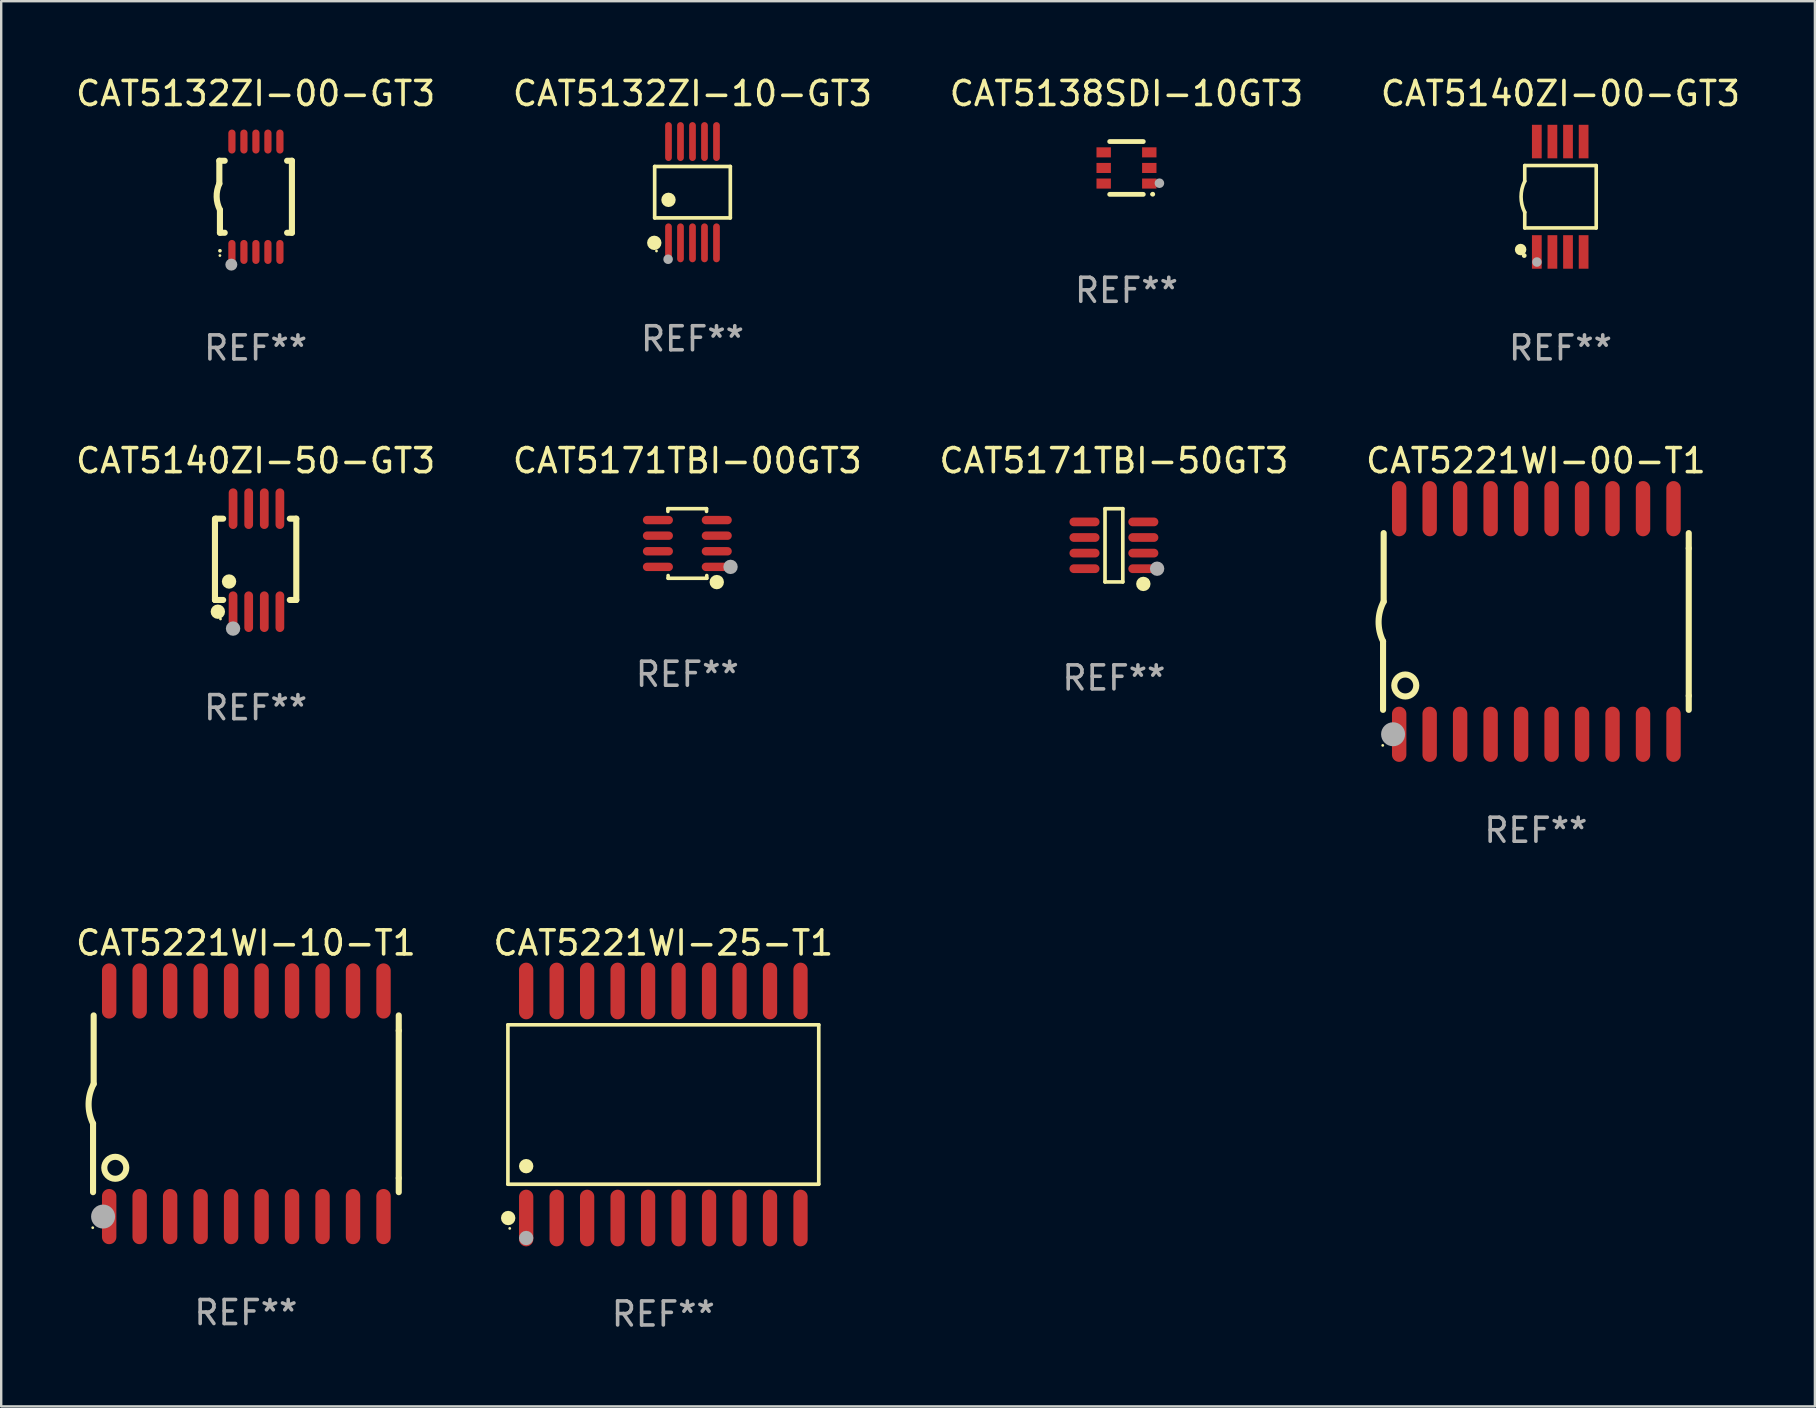
<source format=kicad_pcb>
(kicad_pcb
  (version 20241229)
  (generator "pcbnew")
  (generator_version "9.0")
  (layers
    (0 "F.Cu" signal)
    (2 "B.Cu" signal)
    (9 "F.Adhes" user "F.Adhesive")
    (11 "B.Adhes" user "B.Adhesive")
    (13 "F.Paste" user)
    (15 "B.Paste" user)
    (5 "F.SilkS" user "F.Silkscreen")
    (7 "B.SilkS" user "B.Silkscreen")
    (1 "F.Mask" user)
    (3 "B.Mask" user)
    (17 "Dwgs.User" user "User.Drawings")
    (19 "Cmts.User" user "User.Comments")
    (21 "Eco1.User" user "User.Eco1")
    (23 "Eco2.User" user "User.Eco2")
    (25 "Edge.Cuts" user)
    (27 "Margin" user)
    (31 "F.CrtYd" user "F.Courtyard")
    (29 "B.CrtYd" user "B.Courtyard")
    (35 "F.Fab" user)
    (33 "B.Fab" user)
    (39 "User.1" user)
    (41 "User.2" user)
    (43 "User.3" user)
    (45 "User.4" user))
  (footprint "CAT5140ZI-00-GT3"
    (layer "F.Cu")
    (at 61.97 5.148)
    (property "Reference" "CAT5140ZI-00-GT3" (at 0 -4.3 0) (layer "F.SilkS") (effects (font (size 1 1) (thickness 0.15))))
    (attr through_hole)
    (fp_line (start -1.489 -1.3) (end -1.489 -0.648) (stroke (width 0.15) (type solid)) (layer "F.SilkS"))
    (fp_line (start -1.489 0.648) (end -1.489 1.3) (stroke (width 0.15) (type solid)) (layer "F.SilkS"))
    (fp_line (start -1.489 1.3) (end 1.489 1.3) (stroke (width 0.15) (type solid)) (layer "F.SilkS"))
    (fp_line (start 1.489 -1.3) (end -1.489 -1.3) (stroke (width 0.15) (type solid)) (layer "F.SilkS"))
    (fp_line (start 1.489 1.3) (end 1.489 -1.3) (stroke (width 0.15) (type solid)) (layer "F.SilkS"))
    (fp_arc (start -1.489205 0.647702) (mid -1.642107 0) (end -1.489205 -0.647701) (stroke (width 0.150013) (type solid)) (layer "F.SilkS"))
    (fp_circle (center -1.661 2.2) (end -1.541 2.2) (stroke (width 0.24) (type solid)) (fill no) (layer "F.SilkS"))
    (fp_circle (center -1.511 2.45) (end -1.461 2.45) (stroke (width 0.1) (type solid)) (fill no) (layer "F.SilkS"))
    (fp_circle (center -0.981 2.72) (end -0.881 2.72) (stroke (width 0.2) (type solid)) (fill no) (layer "F.Fab"))
    (fp_text user "REF**" (at 0 6.3 0) (layer "F.Fab") (effects (font (size 1 1) (thickness 0.15))))
    (pad "1" smd rect (at -0.986 2.3) (size 0.406 1.397) (layers "F.Cu" "F.Mask" "F.Paste"))
    (pad "2" smd rect (at -0.336 2.3) (size 0.406 1.397) (layers "F.Cu" "F.Mask" "F.Paste"))
    (pad "3" smd rect (at 0.314 2.3) (size 0.406 1.397) (layers "F.Cu" "F.Mask" "F.Paste"))
    (pad "4" smd rect (at 0.964 2.3) (size 0.406 1.397) (layers "F.Cu" "F.Mask" "F.Paste"))
    (pad "5" smd rect (at 0.964 -2.3) (size 0.406 1.397) (layers "F.Cu" "F.Mask" "F.Paste"))
    (pad "6" smd rect (at 0.314 -2.3) (size 0.406 1.397) (layers "F.Cu" "F.Mask" "F.Paste"))
    (pad "7" smd rect (at -0.336 -2.3) (size 0.406 1.397) (layers "F.Cu" "F.Mask" "F.Paste"))
    (pad "8" smd rect (at -0.986 -2.3) (size 0.406 1.397) (layers "F.Cu" "F.Mask" "F.Paste")))
  (footprint "CAT5221WI-00-T1"
    (layer "F.Cu")
    (at 60.946 22.845)
    (property "Reference" "CAT5221WI-00-T1" (at 0 -6.7 0) (layer "F.SilkS") (effects (font (size 1 1) (thickness 0.15))))
    (attr through_hole)
    (fp_line (start -6.369 0.826) (end -6.369 3.683) (stroke (width 0.254) (type solid)) (layer "F.SilkS"))
    (fp_line (start -6.343 -0.825) (end -6.343 -3.683) (stroke (width 0.254) (type solid)) (layer "F.SilkS"))
    (fp_line (start 6.369 -3.048) (end 6.369 -3.683) (stroke (width 0.254) (type solid)) (layer "F.SilkS"))
    (fp_line (start 6.369 -3.048) (end 6.369 3.096) (stroke (width 0.254) (type solid)) (layer "F.SilkS"))
    (fp_line (start 6.369 3.096) (end 6.369 3.683) (stroke (width 0.254) (type solid)) (layer "F.SilkS"))
    (fp_arc (start -6.36853 0.825552) (mid -6.554743 -0.00301) (end -6.343129 -0.825451) (stroke (width 0.254001) (type solid)) (layer "F.SilkS"))
    (fp_circle (center -6.382 5.163) (end -6.352 5.163) (stroke (width 0.06) (type solid)) (fill no) (layer "F.SilkS"))
    (fp_circle (center -5.443 2.667) (end -4.985 2.667) (stroke (width 0.254) (type solid)) (fill no) (layer "F.SilkS"))
    (fp_circle (center -5.951 4.699) (end -5.701 4.699) (stroke (width 0.5) (type solid)) (fill no) (layer "F.Fab"))
    (fp_text user "REF**" (at 0 8.7 0) (layer "F.Fab") (effects (font (size 1 1) (thickness 0.15))))
    (pad "1" smd oval (at -5.697 4.7 180) (size 0.6 2.3) (layers "F.Cu" "F.Mask" "F.Paste"))
    (pad "2" smd oval (at -4.427 4.7 180) (size 0.6 2.3) (layers "F.Cu" "F.Mask" "F.Paste"))
    (pad "3" smd oval (at -3.157 4.7 180) (size 0.6 2.3) (layers "F.Cu" "F.Mask" "F.Paste"))
    (pad "4" smd oval (at -1.887 4.7 180) (size 0.6 2.3) (layers "F.Cu" "F.Mask" "F.Paste"))
    (pad "5" smd oval (at -0.617 4.7 180) (size 0.6 2.3) (layers "F.Cu" "F.Mask" "F.Paste"))
    (pad "6" smd oval (at 0.653 4.7 180) (size 0.6 2.3) (layers "F.Cu" "F.Mask" "F.Paste"))
    (pad "7" smd oval (at 1.923 4.7 180) (size 0.6 2.3) (layers "F.Cu" "F.Mask" "F.Paste"))
    (pad "8" smd oval (at 3.193 4.7 180) (size 0.6 2.3) (layers "F.Cu" "F.Mask" "F.Paste"))
    (pad "9" smd oval (at 4.463 4.7 180) (size 0.6 2.3) (layers "F.Cu" "F.Mask" "F.Paste"))
    (pad "10" smd oval (at 5.734 4.7 180) (size 0.6 2.3) (layers "F.Cu" "F.Mask" "F.Paste"))
    (pad "11" smd oval (at 5.734 -4.7 180) (size 0.6 2.3) (layers "F.Cu" "F.Mask" "F.Paste"))
    (pad "12" smd oval (at 4.463 -4.7 180) (size 0.6 2.3) (layers "F.Cu" "F.Mask" "F.Paste"))
    (pad "13" smd oval (at 3.193 -4.7 180) (size 0.6 2.3) (layers "F.Cu" "F.Mask" "F.Paste"))
    (pad "14" smd oval (at 1.923 -4.7 180) (size 0.6 2.3) (layers "F.Cu" "F.Mask" "F.Paste"))
    (pad "15" smd oval (at 0.653 -4.7 180) (size 0.6 2.3) (layers "F.Cu" "F.Mask" "F.Paste"))
    (pad "16" smd oval (at -0.617 -4.7 180) (size 0.6 2.3) (layers "F.Cu" "F.Mask" "F.Paste"))
    (pad "17" smd oval (at -1.887 -4.7 180) (size 0.6 2.3) (layers "F.Cu" "F.Mask" "F.Paste"))
    (pad "18" smd oval (at -3.157 -4.7 180) (size 0.6 2.3) (layers "F.Cu" "F.Mask" "F.Paste"))
    (pad "19" smd oval (at -4.427 -4.7 180) (size 0.6 2.3) (layers "F.Cu" "F.Mask" "F.Paste"))
    (pad "20" smd oval (at -5.697 -4.7 180) (size 0.6 2.3) (layers "F.Cu" "F.Mask" "F.Paste")))
  (footprint "CAT5140ZI-50-GT3"
    (layer "F.Cu")
    (at 7.601 20.291)
    (property "Reference" "CAT5140ZI-50-GT3" (at 0 -4.146 0) (layer "F.SilkS") (effects (font (size 1 1) (thickness 0.15))))
    (attr through_hole)
    (fp_line (start -1.694 -1.724) (end -1.694 1.652) (stroke (width 0.254) (type solid)) (layer "F.SilkS"))
    (fp_line (start -1.694 1.652) (end -1.688 1.658) (stroke (width 0.254) (type solid)) (layer "F.SilkS"))
    (fp_line (start -1.688 1.658) (end -1.353 1.658) (stroke (width 0.254) (type solid)) (layer "F.SilkS"))
    (fp_line (start -1.661 -1.73) (end -1.681 -1.71) (stroke (width 0.254) (type solid)) (layer "F.SilkS"))
    (fp_line (start -1.353 -1.73) (end -1.661 -1.73) (stroke (width 0.254) (type solid)) (layer "F.SilkS"))
    (fp_line (start 1.424 1.658) (end 1.694 1.658) (stroke (width 0.254) (type solid)) (layer "F.SilkS"))
    (fp_line (start 1.694 -1.73) (end 1.424 -1.73) (stroke (width 0.254) (type solid)) (layer "F.SilkS"))
    (fp_line (start 1.694 1.658) (end 1.694 -1.73) (stroke (width 0.254) (type solid)) (layer "F.SilkS"))
    (fp_circle (center -1.574 2.146) (end -1.424 2.146) (stroke (width 0.3) (type solid)) (fill no) (layer "F.SilkS"))
    (fp_circle (center -1.464 2.45) (end -1.434 2.45) (stroke (width 0.06) (type solid)) (fill no) (layer "F.SilkS"))
    (fp_circle (center -1.107 0.889) (end -0.957 0.889) (stroke (width 0.3) (type solid)) (fill no) (layer "F.SilkS"))
    (fp_circle (center -0.94 2.85) (end -0.789 2.85) (stroke (width 0.3) (type solid)) (fill no) (layer "F.Fab"))
    (fp_text user "REF**" (at 0 6.146 0) (layer "F.Fab") (effects (font (size 1 1) (thickness 0.15))))
    (pad "1" smd oval (at -0.94 2.146) (size 0.364 1.692) (layers "F.Cu" "F.Mask" "F.Paste"))
    (pad "2" smd oval (at -0.289 2.146) (size 0.364 1.692) (layers "F.Cu" "F.Mask" "F.Paste"))
    (pad "3" smd oval (at 0.361 2.146) (size 0.364 1.692) (layers "F.Cu" "F.Mask" "F.Paste"))
    (pad "4" smd oval (at 1.011 2.146) (size 0.364 1.692) (layers "F.Cu" "F.Mask" "F.Paste"))
    (pad "5" smd oval (at 1.011 -2.146) (size 0.364 1.692) (layers "F.Cu" "F.Mask" "F.Paste"))
    (pad "6" smd oval (at 0.361 -2.146) (size 0.364 1.692) (layers "F.Cu" "F.Mask" "F.Paste"))
    (pad "7" smd oval (at -0.289 -2.146) (size 0.364 1.692) (layers "F.Cu" "F.Mask" "F.Paste"))
    (pad "8" smd oval (at -0.94 -2.146) (size 0.364 1.692) (layers "F.Cu" "F.Mask" "F.Paste")))
  (footprint "CAT5132ZI-10-GT3"
    (layer "F.Cu")
    (at 25.804 4.958)
    (property "Reference" "CAT5132ZI-10-GT3" (at 0 -4.11 0) (layer "F.SilkS") (effects (font (size 1 1) (thickness 0.15))))
    (attr through_hole)
    (fp_line (start -1.576 -1.071) (end 1.576 -1.071) (stroke (width 0.152) (type solid)) (layer "F.SilkS"))
    (fp_line (start -1.576 1.071) (end -1.576 -1.071) (stroke (width 0.152) (type solid)) (layer "F.SilkS"))
    (fp_line (start 1.576 -1.071) (end 1.576 1.071) (stroke (width 0.152) (type solid)) (layer "F.SilkS"))
    (fp_line (start 1.576 1.071) (end -1.576 1.071) (stroke (width 0.152) (type solid)) (layer "F.SilkS"))
    (fp_circle (center -1.592 2.11) (end -1.442 2.11) (stroke (width 0.3) (type solid)) (fill no) (layer "F.SilkS"))
    (fp_circle (center -1.5 2.45) (end -1.47 2.45) (stroke (width 0.06) (type solid)) (fill no) (layer "F.SilkS"))
    (fp_circle (center -1 0.319) (end -0.85 0.319) (stroke (width 0.3) (type solid)) (fill no) (layer "F.SilkS"))
    (fp_circle (center -1.016 2.794) (end -0.916 2.794) (stroke (width 0.2) (type solid)) (fill no) (layer "F.Fab"))
    (fp_text user "REF**" (at 0 6.11 0) (layer "F.Fab") (effects (font (size 1 1) (thickness 0.15))))
    (pad "1" smd oval (at -1 2.11) (size 0.28 1.62) (layers "F.Cu" "F.Mask" "F.Paste"))
    (pad "2" smd oval (at -0.5 2.11) (size 0.28 1.62) (layers "F.Cu" "F.Mask" "F.Paste"))
    (pad "3" smd oval (at 0 2.11) (size 0.28 1.62) (layers "F.Cu" "F.Mask" "F.Paste"))
    (pad "4" smd oval (at 0.5 2.11) (size 0.28 1.62) (layers "F.Cu" "F.Mask" "F.Paste"))
    (pad "5" smd oval (at 1 2.11) (size 0.28 1.62) (layers "F.Cu" "F.Mask" "F.Paste"))
    (pad "6" smd oval (at 1 -2.11) (size 0.28 1.62) (layers "F.Cu" "F.Mask" "F.Paste"))
    (pad "7" smd oval (at 0.5 -2.11) (size 0.28 1.62) (layers "F.Cu" "F.Mask" "F.Paste"))
    (pad "8" smd oval (at 0 -2.11) (size 0.28 1.62) (layers "F.Cu" "F.Mask" "F.Paste"))
    (pad "9" smd oval (at -0.5 -2.11) (size 0.28 1.62) (layers "F.Cu" "F.Mask" "F.Paste"))
    (pad "10" smd oval (at -1 -2.11) (size 0.28 1.62) (layers "F.Cu" "F.Mask" "F.Paste")))
  (footprint "CAT5171TBI-50GT3"
    (layer "F.Cu")
    (at 43.363 19.671)
    (property "Reference" "CAT5171TBI-50GT3" (at 0 -3.526 0) (layer "F.SilkS") (effects (font (size 1 1) (thickness 0.15))))
    (attr through_hole)
    (fp_line (start -0.371 -1.526) (end 0.371 -1.526) (stroke (width 0.152) (type solid)) (layer "F.SilkS"))
    (fp_line (start -0.371 1.526) (end -0.371 -1.526) (stroke (width 0.152) (type solid)) (layer "F.SilkS"))
    (fp_line (start 0.371 -1.526) (end 0.371 1.526) (stroke (width 0.152) (type solid)) (layer "F.SilkS"))
    (fp_line (start 0.371 1.526) (end -0.371 1.526) (stroke (width 0.152) (type solid)) (layer "F.SilkS"))
    (fp_circle (center 1.226 1.609) (end 1.376 1.609) (stroke (width 0.3) (type solid)) (fill no) (layer "F.SilkS"))
    (fp_circle (center 1.4 1.45) (end 1.43 1.45) (stroke (width 0.06) (type solid)) (fill no) (layer "F.SilkS"))
    (fp_circle (center 1.8 0.975) (end 1.95 0.975) (stroke (width 0.3) (type solid)) (fill no) (layer "F.Fab"))
    (fp_text user "REF**" (at 0 5.526 0) (layer "F.Fab") (effects (font (size 1 1) (thickness 0.15))))
    (pad "1" smd oval (at 1.226 0.975) (size 1.252 0.364) (layers "F.Cu" "F.Mask" "F.Paste"))
    (pad "2" smd oval (at 1.226 0.325) (size 1.252 0.364) (layers "F.Cu" "F.Mask" "F.Paste"))
    (pad "3" smd oval (at 1.226 -0.325) (size 1.252 0.364) (layers "F.Cu" "F.Mask" "F.Paste"))
    (pad "4" smd oval (at 1.226 -0.975) (size 1.252 0.364) (layers "F.Cu" "F.Mask" "F.Paste"))
    (pad "5" smd oval (at -1.226 -0.975) (size 1.252 0.364) (layers "F.Cu" "F.Mask" "F.Paste"))
    (pad "6" smd oval (at -1.226 -0.325) (size 1.252 0.364) (layers "F.Cu" "F.Mask" "F.Paste"))
    (pad "7" smd oval (at -1.226 0.325) (size 1.252 0.364) (layers "F.Cu" "F.Mask" "F.Paste"))
    (pad "8" smd oval (at -1.226 0.975) (size 1.252 0.364) (layers "F.Cu" "F.Mask" "F.Paste")))
  (footprint "CAT5221WI-25-T1"
    (layer "F.Cu")
    (at 24.589 42.971)
    (property "Reference" "CAT5221WI-25-T1" (at 0 -6.73 0) (layer "F.SilkS") (effects (font (size 1 1) (thickness 0.15))))
    (attr through_hole)
    (fp_line (start -6.476 -3.321) (end 6.476 -3.321) (stroke (width 0.152) (type solid)) (layer "F.SilkS"))
    (fp_line (start -6.476 3.321) (end -6.476 -3.321) (stroke (width 0.152) (type solid)) (layer "F.SilkS"))
    (fp_line (start 6.476 -3.321) (end 6.476 3.321) (stroke (width 0.152) (type solid)) (layer "F.SilkS"))
    (fp_line (start 6.476 3.321) (end -6.476 3.321) (stroke (width 0.152) (type solid)) (layer "F.SilkS"))
    (fp_circle (center -6.465 4.73) (end -6.315 4.73) (stroke (width 0.3) (type solid)) (fill no) (layer "F.SilkS"))
    (fp_circle (center -6.4 5.163) (end -6.37 5.163) (stroke (width 0.06) (type solid)) (fill no) (layer "F.SilkS"))
    (fp_circle (center -5.715 2.569) (end -5.565 2.569) (stroke (width 0.3) (type solid)) (fill no) (layer "F.SilkS"))
    (fp_circle (center -5.715 5.563) (end -5.565 5.563) (stroke (width 0.3) (type solid)) (fill no) (layer "F.Fab"))
    (fp_text user "REF**" (at 0 8.73 0) (layer "F.Fab") (effects (font (size 1 1) (thickness 0.15))))
    (pad "1" smd oval (at -5.715 4.73) (size 0.595 2.36) (layers "F.Cu" "F.Mask" "F.Paste"))
    (pad "2" smd oval (at -4.445 4.73) (size 0.595 2.36) (layers "F.Cu" "F.Mask" "F.Paste"))
    (pad "3" smd oval (at -3.175 4.73) (size 0.595 2.36) (layers "F.Cu" "F.Mask" "F.Paste"))
    (pad "4" smd oval (at -1.905 4.73) (size 0.595 2.36) (layers "F.Cu" "F.Mask" "F.Paste"))
    (pad "5" smd oval (at -0.635 4.73) (size 0.595 2.36) (layers "F.Cu" "F.Mask" "F.Paste"))
    (pad "6" smd oval (at 0.635 4.73) (size 0.595 2.36) (layers "F.Cu" "F.Mask" "F.Paste"))
    (pad "7" smd oval (at 1.905 4.73) (size 0.595 2.36) (layers "F.Cu" "F.Mask" "F.Paste"))
    (pad "8" smd oval (at 3.175 4.73) (size 0.595 2.36) (layers "F.Cu" "F.Mask" "F.Paste"))
    (pad "9" smd oval (at 4.445 4.73) (size 0.595 2.36) (layers "F.Cu" "F.Mask" "F.Paste"))
    (pad "10" smd oval (at 5.715 4.73) (size 0.595 2.36) (layers "F.Cu" "F.Mask" "F.Paste"))
    (pad "11" smd oval (at 5.715 -4.73) (size 0.595 2.36) (layers "F.Cu" "F.Mask" "F.Paste"))
    (pad "12" smd oval (at 4.445 -4.73) (size 0.595 2.36) (layers "F.Cu" "F.Mask" "F.Paste"))
    (pad "13" smd oval (at 3.175 -4.73) (size 0.595 2.36) (layers "F.Cu" "F.Mask" "F.Paste"))
    (pad "14" smd oval (at 1.905 -4.73) (size 0.595 2.36) (layers "F.Cu" "F.Mask" "F.Paste"))
    (pad "15" smd oval (at 0.635 -4.73) (size 0.595 2.36) (layers "F.Cu" "F.Mask" "F.Paste"))
    (pad "16" smd oval (at -0.635 -4.73) (size 0.595 2.36) (layers "F.Cu" "F.Mask" "F.Paste"))
    (pad "17" smd oval (at -1.905 -4.73) (size 0.595 2.36) (layers "F.Cu" "F.Mask" "F.Paste"))
    (pad "18" smd oval (at -3.175 -4.73) (size 0.595 2.36) (layers "F.Cu" "F.Mask" "F.Paste"))
    (pad "19" smd oval (at -4.445 -4.73) (size 0.595 2.36) (layers "F.Cu" "F.Mask" "F.Paste"))
    (pad "20" smd oval (at -5.715 -4.73) (size 0.595 2.36) (layers "F.Cu" "F.Mask" "F.Paste")))
  (footprint "CAT5221WI-10-T1"
    (layer "F.Cu")
    (at 7.196 42.941)
    (property "Reference" "CAT5221WI-10-T1" (at 0 -6.7 0) (layer "F.SilkS") (effects (font (size 1 1) (thickness 0.15))))
    (attr through_hole)
    (fp_line (start -6.369 0.826) (end -6.369 3.683) (stroke (width 0.254) (type solid)) (layer "F.SilkS"))
    (fp_line (start -6.343 -0.825) (end -6.343 -3.683) (stroke (width 0.254) (type solid)) (layer "F.SilkS"))
    (fp_line (start 6.369 -3.048) (end 6.369 -3.683) (stroke (width 0.254) (type solid)) (layer "F.SilkS"))
    (fp_line (start 6.369 -3.048) (end 6.369 3.096) (stroke (width 0.254) (type solid)) (layer "F.SilkS"))
    (fp_line (start 6.369 3.096) (end 6.369 3.683) (stroke (width 0.254) (type solid)) (layer "F.SilkS"))
    (fp_arc (start -6.36853 0.825552) (mid -6.554743 -0.00301) (end -6.343129 -0.825451) (stroke (width 0.254001) (type solid)) (layer "F.SilkS"))
    (fp_circle (center -6.382 5.163) (end -6.352 5.163) (stroke (width 0.06) (type solid)) (fill no) (layer "F.SilkS"))
    (fp_circle (center -5.443 2.667) (end -4.985 2.667) (stroke (width 0.254) (type solid)) (fill no) (layer "F.SilkS"))
    (fp_circle (center -5.951 4.699) (end -5.701 4.699) (stroke (width 0.5) (type solid)) (fill no) (layer "F.Fab"))
    (fp_text user "REF**" (at 0 8.7 0) (layer "F.Fab") (effects (font (size 1 1) (thickness 0.15))))
    (pad "1" smd oval (at -5.697 4.7 180) (size 0.6 2.3) (layers "F.Cu" "F.Mask" "F.Paste"))
    (pad "2" smd oval (at -4.427 4.7 180) (size 0.6 2.3) (layers "F.Cu" "F.Mask" "F.Paste"))
    (pad "3" smd oval (at -3.157 4.7 180) (size 0.6 2.3) (layers "F.Cu" "F.Mask" "F.Paste"))
    (pad "4" smd oval (at -1.887 4.7 180) (size 0.6 2.3) (layers "F.Cu" "F.Mask" "F.Paste"))
    (pad "5" smd oval (at -0.617 4.7 180) (size 0.6 2.3) (layers "F.Cu" "F.Mask" "F.Paste"))
    (pad "6" smd oval (at 0.653 4.7 180) (size 0.6 2.3) (layers "F.Cu" "F.Mask" "F.Paste"))
    (pad "7" smd oval (at 1.923 4.7 180) (size 0.6 2.3) (layers "F.Cu" "F.Mask" "F.Paste"))
    (pad "8" smd oval (at 3.193 4.7 180) (size 0.6 2.3) (layers "F.Cu" "F.Mask" "F.Paste"))
    (pad "9" smd oval (at 4.463 4.7 180) (size 0.6 2.3) (layers "F.Cu" "F.Mask" "F.Paste"))
    (pad "10" smd oval (at 5.734 4.7 180) (size 0.6 2.3) (layers "F.Cu" "F.Mask" "F.Paste"))
    (pad "11" smd oval (at 5.734 -4.7 180) (size 0.6 2.3) (layers "F.Cu" "F.Mask" "F.Paste"))
    (pad "12" smd oval (at 4.463 -4.7 180) (size 0.6 2.3) (layers "F.Cu" "F.Mask" "F.Paste"))
    (pad "13" smd oval (at 3.193 -4.7 180) (size 0.6 2.3) (layers "F.Cu" "F.Mask" "F.Paste"))
    (pad "14" smd oval (at 1.923 -4.7 180) (size 0.6 2.3) (layers "F.Cu" "F.Mask" "F.Paste"))
    (pad "15" smd oval (at 0.653 -4.7 180) (size 0.6 2.3) (layers "F.Cu" "F.Mask" "F.Paste"))
    (pad "16" smd oval (at -0.617 -4.7 180) (size 0.6 2.3) (layers "F.Cu" "F.Mask" "F.Paste"))
    (pad "17" smd oval (at -1.887 -4.7 180) (size 0.6 2.3) (layers "F.Cu" "F.Mask" "F.Paste"))
    (pad "18" smd oval (at -3.157 -4.7 180) (size 0.6 2.3) (layers "F.Cu" "F.Mask" "F.Paste"))
    (pad "19" smd oval (at -4.427 -4.7 180) (size 0.6 2.3) (layers "F.Cu" "F.Mask" "F.Paste"))
    (pad "20" smd oval (at -5.697 -4.7 180) (size 0.6 2.3) (layers "F.Cu" "F.Mask" "F.Paste")))
  (footprint "CAT5171TBI-00GT3"
    (layer "F.Cu")
    (at 25.589 19.595)
    (property "Reference" "CAT5171TBI-00GT3" (at 0 -3.45 0) (layer "F.SilkS") (effects (font (size 1 1) (thickness 0.15))))
    (attr through_hole)
    (fp_line (start -0.81 -1.45) (end 0.8 -1.45) (stroke (width 0.15) (type solid)) (layer "F.SilkS"))
    (fp_line (start -0.81 -1.336) (end -0.81 -1.45) (stroke (width 0.15) (type solid)) (layer "F.SilkS"))
    (fp_line (start -0.8 1.45) (end -0.8 1.336) (stroke (width 0.15) (type solid)) (layer "F.SilkS"))
    (fp_line (start 0.8 -1.45) (end 0.8 -1.336) (stroke (width 0.15) (type solid)) (layer "F.SilkS"))
    (fp_line (start 0.81 1.336) (end 0.81 1.45) (stroke (width 0.15) (type solid)) (layer "F.SilkS"))
    (fp_line (start 0.81 1.45) (end -0.8 1.45) (stroke (width 0.15) (type solid)) (layer "F.SilkS"))
    (fp_circle (center 1.226 1.609) (end 1.376 1.609) (stroke (width 0.3) (type solid)) (fill no) (layer "F.SilkS"))
    (fp_circle (center 1.4 1.45) (end 1.43 1.45) (stroke (width 0.06) (type solid)) (fill no) (layer "F.SilkS"))
    (fp_circle (center 1.8 0.975) (end 1.95 0.975) (stroke (width 0.3) (type solid)) (fill no) (layer "F.Fab"))
    (fp_text user "REF**" (at 0 5.45 0) (layer "F.Fab") (effects (font (size 1 1) (thickness 0.15))))
    (pad "1" smd oval (at 1.226 0.975) (size 1.252 0.35) (layers "F.Cu" "F.Mask" "F.Paste"))
    (pad "2" smd oval (at 1.226 0.325) (size 1.252 0.35) (layers "F.Cu" "F.Mask" "F.Paste"))
    (pad "3" smd oval (at 1.226 -0.325) (size 1.252 0.35) (layers "F.Cu" "F.Mask" "F.Paste"))
    (pad "4" smd oval (at 1.226 -0.975) (size 1.252 0.35) (layers "F.Cu" "F.Mask" "F.Paste"))
    (pad "5" smd oval (at -1.226 -0.975) (size 1.252 0.35) (layers "F.Cu" "F.Mask" "F.Paste"))
    (pad "6" smd oval (at -1.226 -0.325) (size 1.252 0.35) (layers "F.Cu" "F.Mask" "F.Paste"))
    (pad "7" smd oval (at -1.226 0.325) (size 1.252 0.35) (layers "F.Cu" "F.Mask" "F.Paste"))
    (pad "8" smd oval (at -1.226 0.975) (size 1.252 0.35) (layers "F.Cu" "F.Mask" "F.Paste")))
  (footprint "CAT5132ZI-00-GT3"
    (layer "F.Cu")
    (at 7.601 5.148)
    (property "Reference" "CAT5132ZI-00-GT3" (at 0 -4.3 0) (layer "F.SilkS") (effects (font (size 1 1) (thickness 0.15))))
    (attr through_hole)
    (fp_line (start -1.512 -1.5) (end -1.512 -0.546) (stroke (width 0.254) (type solid)) (layer "F.SilkS"))
    (fp_line (start -1.487 0.546) (end -1.487 1.5) (stroke (width 0.254) (type solid)) (layer "F.SilkS"))
    (fp_line (start -1.288 -1.5) (end -1.512 -1.5) (stroke (width 0.254) (type solid)) (layer "F.SilkS"))
    (fp_line (start -1.288 1.5) (end -1.487 1.5) (stroke (width 0.254) (type solid)) (layer "F.SilkS"))
    (fp_line (start 1.512 -1.5) (end 1.312 -1.5) (stroke (width 0.254) (type solid)) (layer "F.SilkS"))
    (fp_line (start 1.512 -1.5) (end 1.512 1.5) (stroke (width 0.254) (type solid)) (layer "F.SilkS"))
    (fp_line (start 1.512 1.5) (end 1.312 1.5) (stroke (width 0.254) (type solid)) (layer "F.SilkS"))
    (fp_arc (start -1.487998 2.250013) (mid -1.486728 2.250007) (end -1.485458 2.250013) (stroke (width 0.150013) (type solid)) (layer "F.SilkS"))
    (fp_arc (start -1.486602 0.546102) (mid -1.624196 0.002905) (end -1.512002 -0.546101) (stroke (width 0.254001) (type solid)) (layer "F.SilkS"))
    (fp_circle (center -1.488 2.45) (end -1.458 2.45) (stroke (width 0.06) (type solid)) (fill no) (layer "F.SilkS"))
    (fp_circle (center -1.012 2.828) (end -0.887 2.828) (stroke (width 0.25) (type solid)) (fill no) (layer "F.Fab"))
    (fp_text user "REF**" (at 0 6.3 0) (layer "F.Fab") (effects (font (size 1 1) (thickness 0.15))))
    (pad "1" smd oval (at -0.988 2.3) (size 0.3 1) (layers "F.Cu" "F.Mask" "F.Paste"))
    (pad "2" smd oval (at -0.488 2.3) (size 0.3 1) (layers "F.Cu" "F.Mask" "F.Paste"))
    (pad "3" smd oval (at 0.012 2.3) (size 0.3 1) (layers "F.Cu" "F.Mask" "F.Paste"))
    (pad "4" smd oval (at 0.512 2.3) (size 0.3 1) (layers "F.Cu" "F.Mask" "F.Paste"))
    (pad "5" smd oval (at 1.012 2.3) (size 0.3 1) (layers "F.Cu" "F.Mask" "F.Paste"))
    (pad "6" smd oval (at 1.012 -2.3) (size 0.3 1) (layers "F.Cu" "F.Mask" "F.Paste"))
    (pad "7" smd oval (at 0.512 -2.3) (size 0.3 1) (layers "F.Cu" "F.Mask" "F.Paste"))
    (pad "8" smd oval (at 0.012 -2.3) (size 0.3 1) (layers "F.Cu" "F.Mask" "F.Paste"))
    (pad "9" smd oval (at -0.488 -2.3) (size 0.3 1) (layers "F.Cu" "F.Mask" "F.Paste"))
    (pad "10" smd oval (at -0.988 -2.3) (size 0.3 1) (layers "F.Cu" "F.Mask" "F.Paste")))
  (footprint "CAT5138SDI-10GT3"
    (layer "F.Cu")
    (at 43.887 3.948)
    (property "Reference" "CAT5138SDI-10GT3" (at 0 -3.1 0) (layer "F.SilkS") (effects (font (size 1 1) (thickness 0.15))))
    (attr through_hole)
    (fp_line (start -0.7 -1.1) (end 0.7 -1.1) (stroke (width 0.2) (type solid)) (layer "F.SilkS"))
    (fp_line (start -0.7 1.1) (end 0.7 1.1) (stroke (width 0.2) (type solid)) (layer "F.SilkS"))
    (fp_arc (start 1.090932 1.094209) (mid 1.092202 1.094203) (end 1.093472 1.094209) (stroke (width 0.2) (type solid)) (layer "F.SilkS"))
    (fp_circle (center 1.053 1.1) (end 1.083 1.1) (stroke (width 0.06) (type solid)) (fill no) (layer "F.SilkS"))
    (fp_circle (center 1.372 0.635) (end 1.472 0.635) (stroke (width 0.2) (type solid)) (fill no) (layer "F.Fab"))
    (fp_text user "REF**" (at 0 5.1 0) (layer "F.Fab") (effects (font (size 1 1) (thickness 0.15))))
    (pad "1" smd rect (at 0.95 0.65 90) (size 0.42 0.6) (layers "F.Cu" "F.Mask" "F.Paste"))
    (pad "2" smd rect (at 0.95 0 90) (size 0.42 0.6) (layers "F.Cu" "F.Mask" "F.Paste"))
    (pad "3" smd rect (at 0.95 -0.65 90) (size 0.42 0.6) (layers "F.Cu" "F.Mask" "F.Paste"))
    (pad "4" smd rect (at -0.95 -0.65 270) (size 0.42 0.6) (layers "F.Cu" "F.Mask" "F.Paste"))
    (pad "5" smd rect (at -0.95 0 270) (size 0.42 0.6) (layers "F.Cu" "F.Mask" "F.Paste"))
    (pad "6" smd rect (at -0.95 0.65 270) (size 0.42 0.6) (layers "F.Cu" "F.Mask" "F.Paste")))
  (gr_rect
    (start -3 -3)
    (end 72.571 55.549)
    (stroke (width 0.1) (type default))
    (fill no)
    (layer "Edge.Cuts")))
</source>
